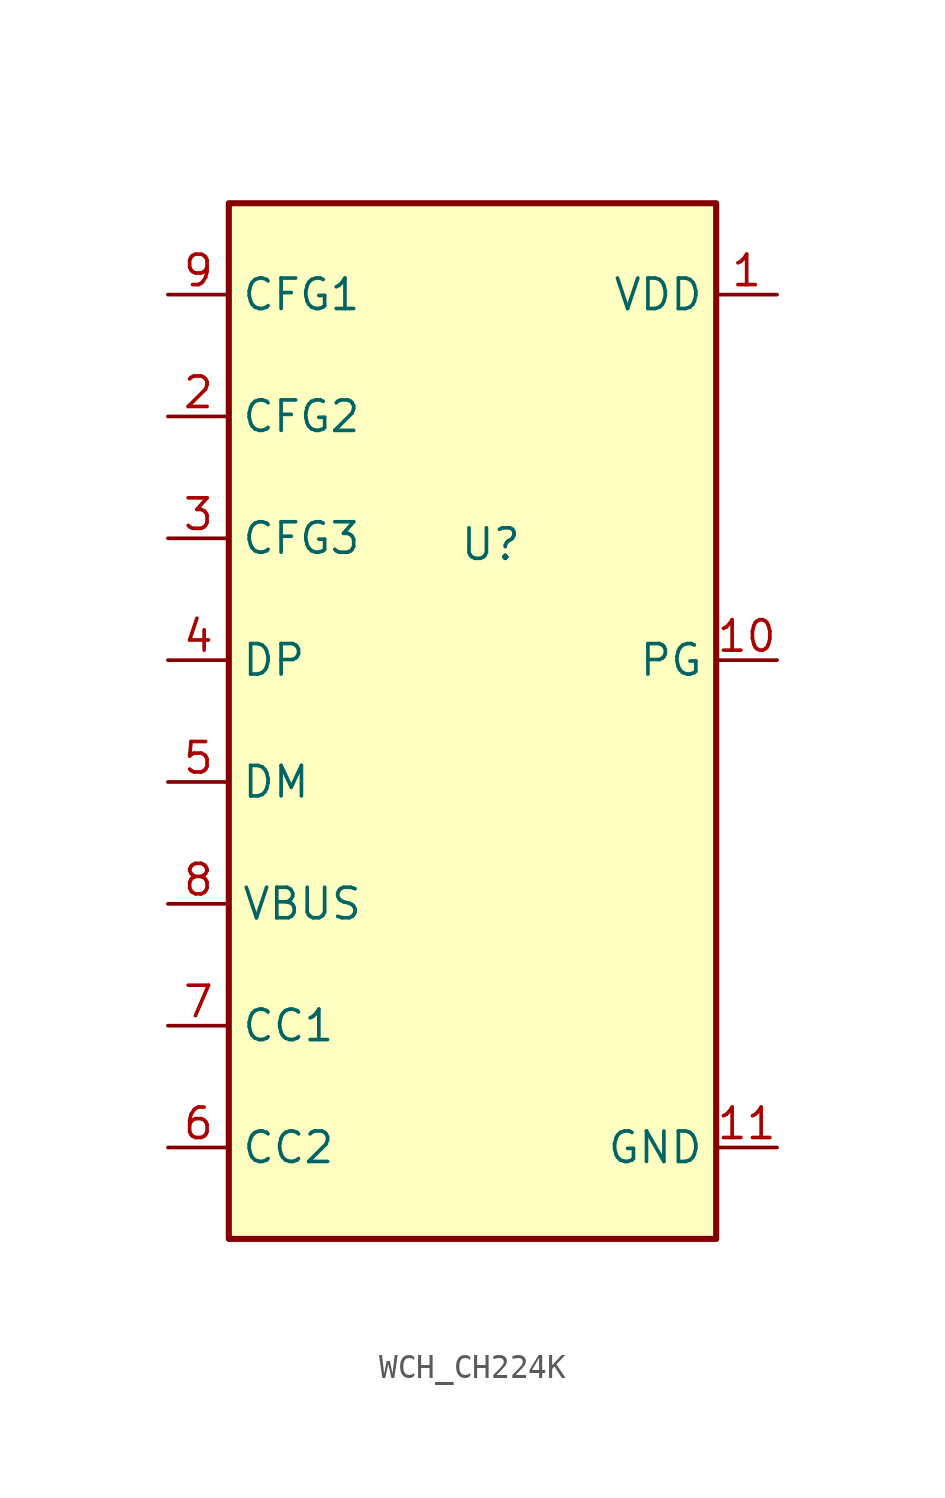
<source format=kicad_sym>
(kicad_symbol_lib
  (version 20231120)
  (generator "kicad_symbol_editor")
  (generator_version "8.0")
  (symbol "WCH_CH224K"
    (property "Reference" "U"
      (at -0.508 1.016 0)
      (effects (font (size 1.27 1.27))))
    (property "Value" ""
      (at 0 0 0)
      (effects (font (size 1.27 1.27))))
    (symbol "WCH_CH224K_1_1"
      (rectangle (start -11.43 15.24) (end 8.89 -27.94) (stroke (width 0.254) (type default)) (fill (type background)))
      (pin power_in line (at 11.43 11.43 180) (length 2.54) (name "VDD" (effects (font (size 1.27 1.27)))) (number "1" (effects (font (size 1.27 1.27)))))
      (pin output line (at 11.43 -3.81 180) (length 2.54) (name "PG" (effects (font (size 1.27 1.27)))) (number "10" (effects (font (size 1.27 1.27)))))
      (pin power_in line (at 11.43 -24.13 180) (length 2.54) (name "GND" (effects (font (size 1.27 1.27)))) (number "11" (effects (font (size 1.27 1.27)))))
      (pin input line (at -13.97 6.35 0) (length 2.54) (name "CFG2" (effects (font (size 1.27 1.27)))) (number "2" (effects (font (size 1.27 1.27)))))
      (pin input line (at -13.97 1.27 0) (length 2.54) (name "CFG3" (effects (font (size 1.27 1.27)))) (number "3" (effects (font (size 1.27 1.27)))))
      (pin bidirectional line (at -13.97 -3.81 0) (length 2.54) (name "DP" (effects (font (size 1.27 1.27)))) (number "4" (effects (font (size 1.27 1.27)))))
      (pin bidirectional line (at -13.97 -8.89 0) (length 2.54) (name "DM" (effects (font (size 1.27 1.27)))) (number "5" (effects (font (size 1.27 1.27)))))
      (pin input line (at -13.97 -24.13 0) (length 2.54) (name "CC2" (effects (font (size 1.27 1.27)))) (number "6" (effects (font (size 1.27 1.27)))))
      (pin input line (at -13.97 -19.05 0) (length 2.54) (name "CC1" (effects (font (size 1.27 1.27)))) (number "7" (effects (font (size 1.27 1.27)))))
      (pin power_in line (at -13.97 -13.97 0) (length 2.54) (name "VBUS" (effects (font (size 1.27 1.27)))) (number "8" (effects (font (size 1.27 1.27)))))
      (pin input line (at -13.97 11.43 0) (length 2.54) (name "CFG1" (effects (font (size 1.27 1.27)))) (number "9" (effects (font (size 1.27 1.27))))))))
</source>
